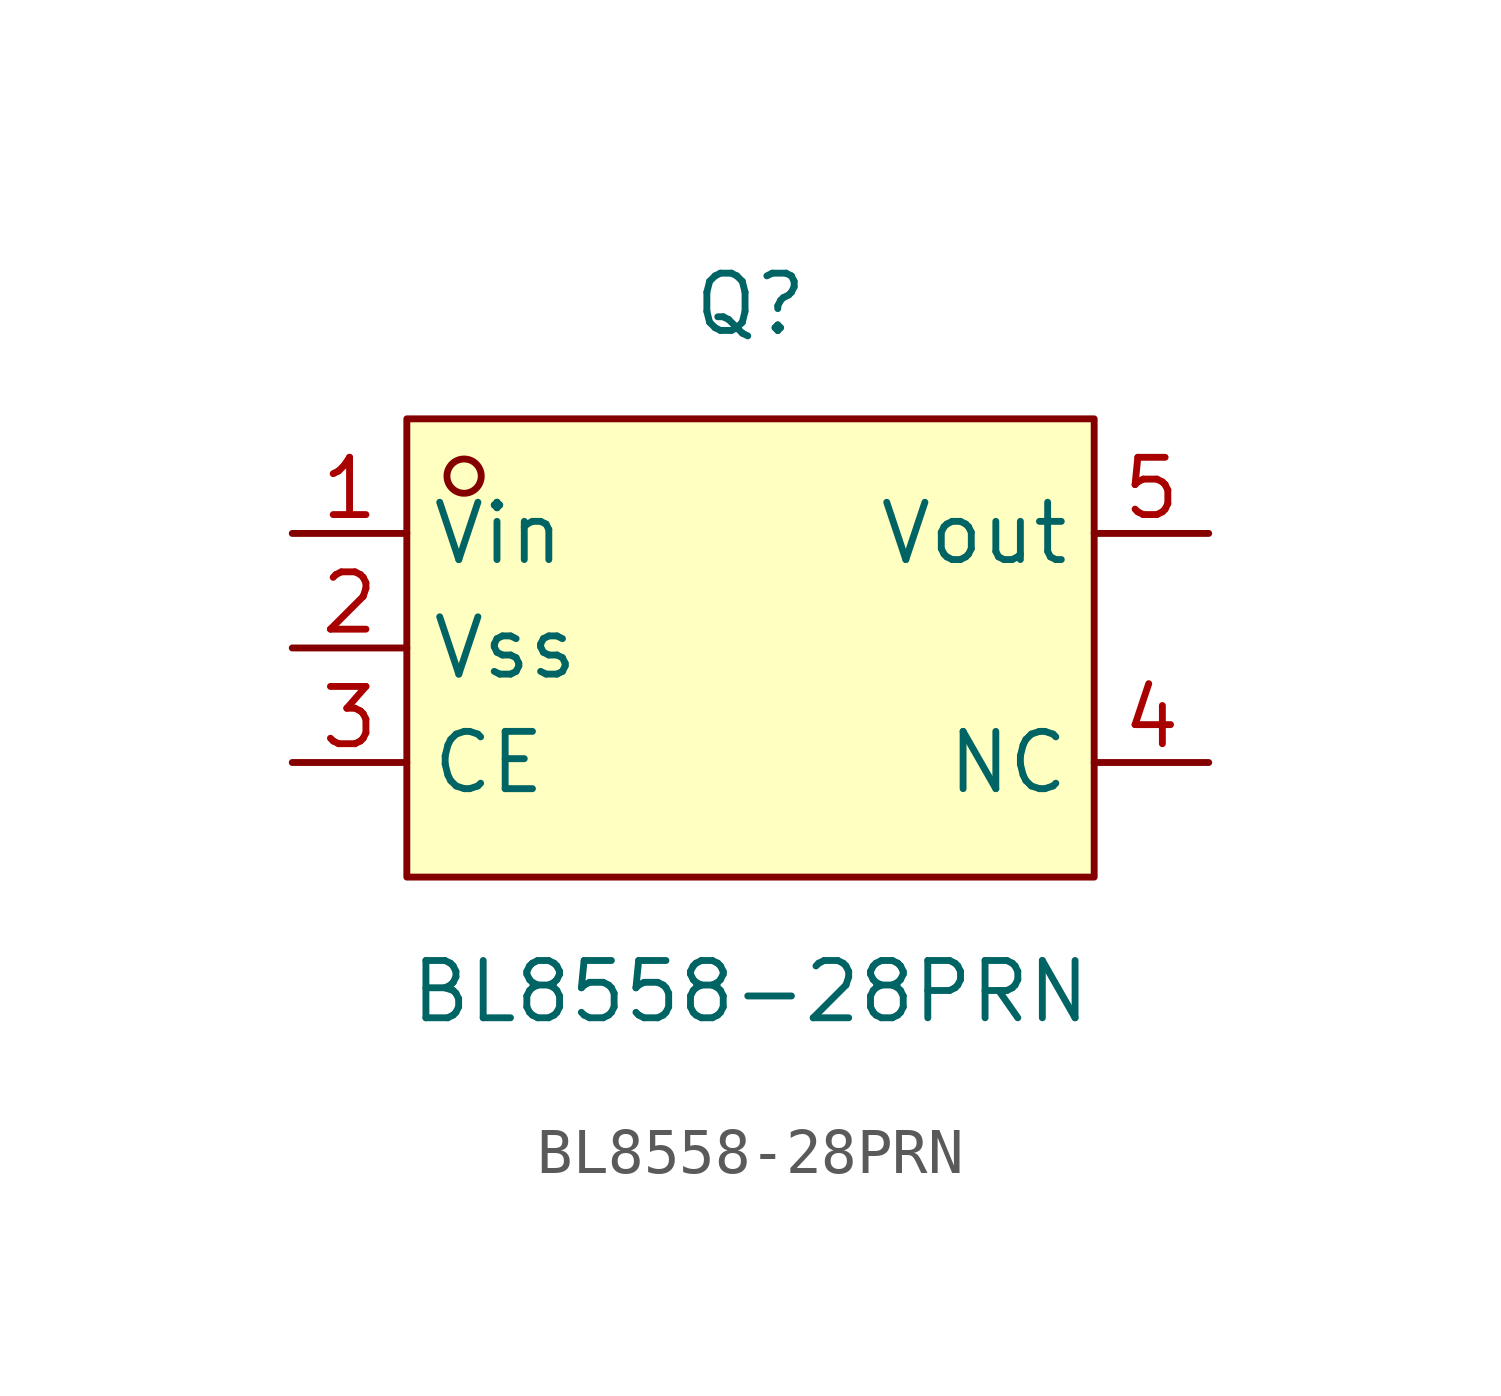
<source format=kicad_sym>
(kicad_symbol_lib
  (version 20211014)
  (generator https://github.com/uPesy/easyeda2kicad.py)
  (symbol "BL8558-28PRN"
    (property "Reference" "Q"
      (at 0 7.62 0)
      (effects (font (size 1.27 1.27))))
    (property "Value" "BL8558-28PRN"
      (at 0 -7.62 0)
      (effects (font (size 1.27 1.27))))
    (symbol "BL8558-28PRN_0_1"
      (rectangle (start -7.62 5.08) (end 7.62 -5.08) (stroke (width 0) (type default) (color 0 0 0 0)) (fill (type background)))
      (circle (center -6.35 3.81) (radius 0.38) (stroke (width 0) (type default) (color 0 0 0 0)) (fill (type none)))
      (pin unspecified line (at -10.16 2.54 0) (length 2.54) (name "Vin" (effects (font (size 1.27 1.27)))) (number "1" (effects (font (size 1.27 1.27)))))
      (pin unspecified line (at -10.16 -0.00 0) (length 2.54) (name "Vss" (effects (font (size 1.27 1.27)))) (number "2" (effects (font (size 1.27 1.27)))))
      (pin unspecified line (at -10.16 -2.54 0) (length 2.54) (name "CE" (effects (font (size 1.27 1.27)))) (number "3" (effects (font (size 1.27 1.27)))))
      (pin unspecified line (at 10.16 -2.54 180) (length 2.54) (name "NC" (effects (font (size 1.27 1.27)))) (number "4" (effects (font (size 1.27 1.27)))))
      (pin unspecified line (at 10.16 2.54 180) (length 2.54) (name "Vout" (effects (font (size 1.27 1.27)))) (number "5" (effects (font (size 1.27 1.27))))))))
</source>
